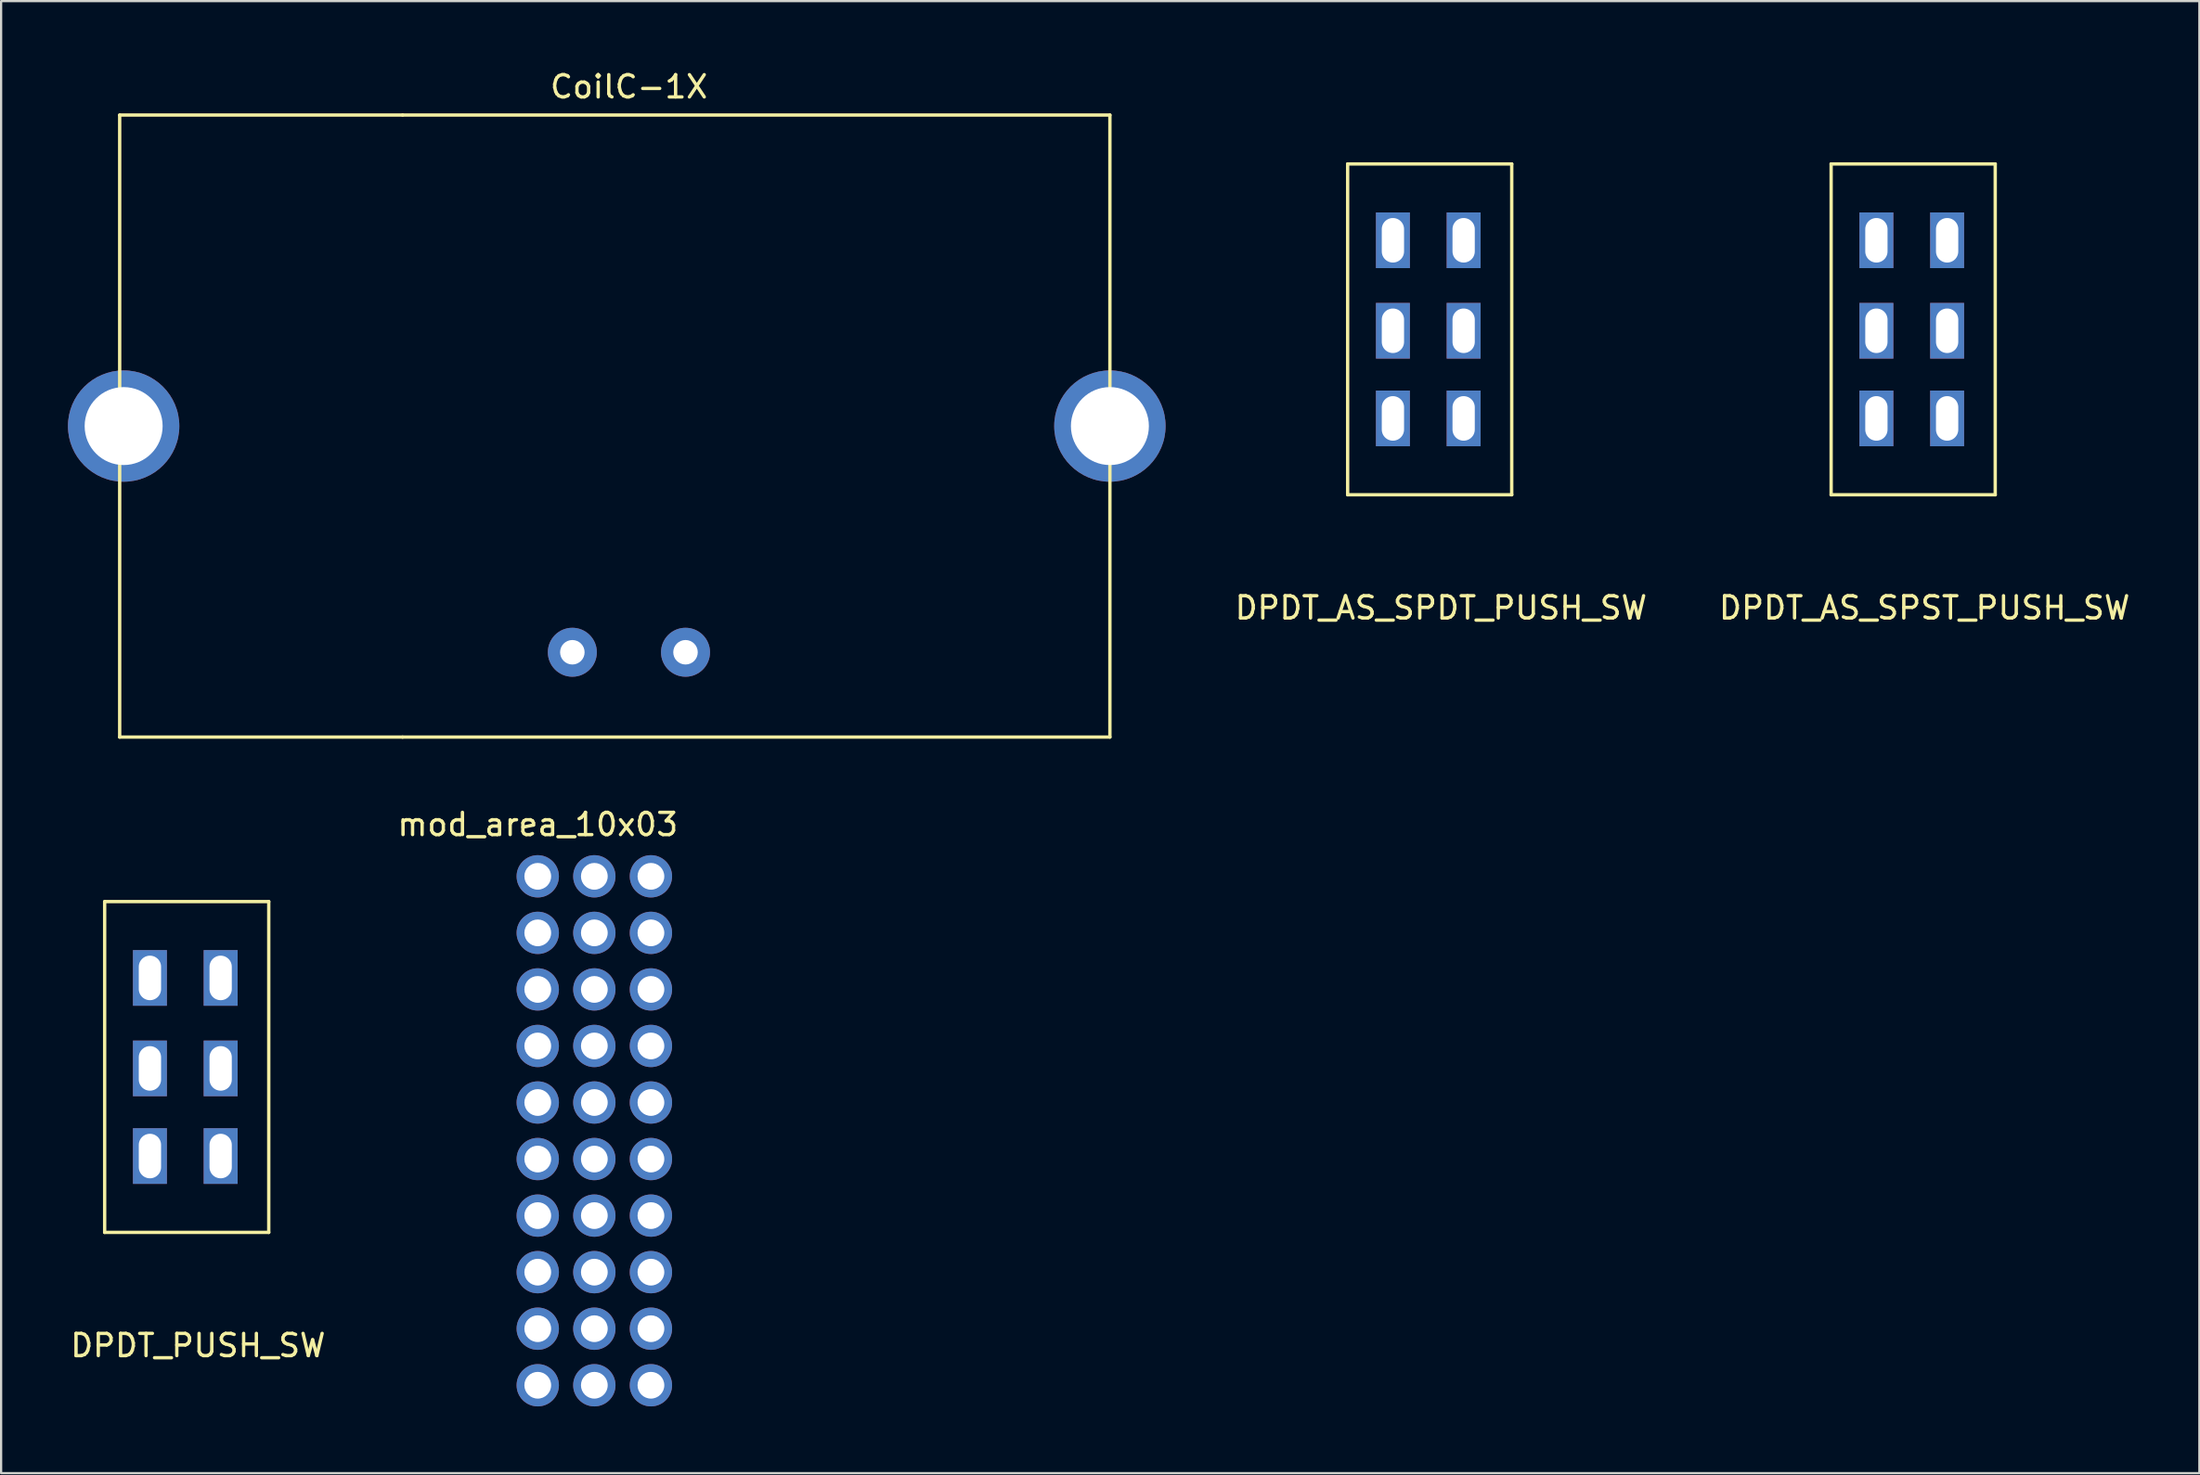
<source format=kicad_pcb>
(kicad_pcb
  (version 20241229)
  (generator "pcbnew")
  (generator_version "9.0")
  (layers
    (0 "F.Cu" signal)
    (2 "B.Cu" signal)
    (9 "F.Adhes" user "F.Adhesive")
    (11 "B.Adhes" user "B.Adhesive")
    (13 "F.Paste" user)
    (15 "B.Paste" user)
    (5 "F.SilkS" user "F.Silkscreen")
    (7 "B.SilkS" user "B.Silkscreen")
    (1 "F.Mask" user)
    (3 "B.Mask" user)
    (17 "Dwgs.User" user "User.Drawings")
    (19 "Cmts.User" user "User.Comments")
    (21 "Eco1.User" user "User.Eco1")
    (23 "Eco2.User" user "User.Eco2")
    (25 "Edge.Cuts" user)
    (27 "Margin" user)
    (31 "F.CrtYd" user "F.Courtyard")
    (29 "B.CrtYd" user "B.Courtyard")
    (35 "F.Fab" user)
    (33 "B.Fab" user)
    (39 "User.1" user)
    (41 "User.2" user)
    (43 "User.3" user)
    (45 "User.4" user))
  (footprint "mod_area_10x03"
    (layer "F.Cu")
    (at 21.089 36.312)
    (property "Reference" "mod_area_10x03" (at 0 -2.33 0) (layer "F.SilkS") (effects (font (size 1 1) (thickness 0.15))))
    (attr through_hole)
    (pad "1" thru_hole circle (at 0 0) (size 1.9 1.9) (drill 1.2) (layers "*.Cu" "*.Mask"))
    (pad "1" thru_hole circle (at 0 2.54) (size 1.9 1.9) (drill 1.2) (layers "*.Cu" "*.Mask"))
    (pad "1" thru_hole circle (at 0 5.08) (size 1.9 1.9) (drill 1.2) (layers "*.Cu" "*.Mask"))
    (pad "1" thru_hole circle (at 0 7.62) (size 1.9 1.9) (drill 1.2) (layers "*.Cu" "*.Mask"))
    (pad "1" thru_hole circle (at 0 10.16) (size 1.9 1.9) (drill 1.2) (layers "*.Cu" "*.Mask"))
    (pad "1" thru_hole circle (at 0 12.7) (size 1.9 1.9) (drill 1.2) (layers "*.Cu" "*.Mask"))
    (pad "1" thru_hole circle (at 0 15.24) (size 1.9 1.9) (drill 1.2) (layers "*.Cu" "*.Mask"))
    (pad "1" thru_hole circle (at 0 17.78) (size 1.9 1.9) (drill 1.2) (layers "*.Cu" "*.Mask"))
    (pad "1" thru_hole circle (at 0 20.32) (size 1.9 1.9) (drill 1.2) (layers "*.Cu" "*.Mask"))
    (pad "1" thru_hole circle (at 0 22.86) (size 1.9 1.9) (drill 1.2) (layers "*.Cu" "*.Mask"))
    (pad "1" thru_hole circle (at 2.54 0) (size 1.9 1.9) (drill 1.2) (layers "*.Cu" "*.Mask"))
    (pad "1" thru_hole circle (at 2.54 2.54) (size 1.9 1.9) (drill 1.2) (layers "*.Cu" "*.Mask"))
    (pad "1" thru_hole circle (at 2.54 5.08) (size 1.9 1.9) (drill 1.2) (layers "*.Cu" "*.Mask"))
    (pad "1" thru_hole circle (at 2.54 7.62) (size 1.9 1.9) (drill 1.2) (layers "*.Cu" "*.Mask"))
    (pad "1" thru_hole circle (at 2.54 10.16) (size 1.9 1.9) (drill 1.2) (layers "*.Cu" "*.Mask"))
    (pad "1" thru_hole circle (at 2.54 12.7) (size 1.9 1.9) (drill 1.2) (layers "*.Cu" "*.Mask"))
    (pad "1" thru_hole circle (at 2.54 15.24) (size 1.9 1.9) (drill 1.2) (layers "*.Cu" "*.Mask"))
    (pad "1" thru_hole circle (at 2.54 17.78) (size 1.9 1.9) (drill 1.2) (layers "*.Cu" "*.Mask"))
    (pad "1" thru_hole circle (at 2.54 20.32) (size 1.9 1.9) (drill 1.2) (layers "*.Cu" "*.Mask"))
    (pad "1" thru_hole circle (at 2.54 22.86) (size 1.9 1.9) (drill 1.2) (layers "*.Cu" "*.Mask"))
    (pad "1" thru_hole circle (at 5.08 0) (size 1.9 1.9) (drill 1.2) (layers "*.Cu" "*.Mask"))
    (pad "1" thru_hole circle (at 5.08 2.54) (size 1.9 1.9) (drill 1.2) (layers "*.Cu" "*.Mask"))
    (pad "1" thru_hole circle (at 5.08 5.08) (size 1.9 1.9) (drill 1.2) (layers "*.Cu" "*.Mask"))
    (pad "1" thru_hole circle (at 5.08 7.62) (size 1.9 1.9) (drill 1.2) (layers "*.Cu" "*.Mask"))
    (pad "1" thru_hole circle (at 5.08 10.16) (size 1.9 1.9) (drill 1.2) (layers "*.Cu" "*.Mask"))
    (pad "1" thru_hole circle (at 5.08 12.7) (size 1.9 1.9) (drill 1.2) (layers "*.Cu" "*.Mask"))
    (pad "1" thru_hole circle (at 5.08 15.24) (size 1.9 1.9) (drill 1.2) (layers "*.Cu" "*.Mask"))
    (pad "1" thru_hole circle (at 5.08 17.78) (size 1.9 1.9) (drill 1.2) (layers "*.Cu" "*.Mask"))
    (pad "1" thru_hole circle (at 5.08 20.32) (size 1.9 1.9) (drill 1.2) (layers "*.Cu" "*.Mask"))
    (pad "1" thru_hole circle (at 5.08 22.86) (size 1.9 1.9) (drill 1.2) (layers "*.Cu" "*.Mask")))
  (footprint "DPDT_PUSH_SW"
    (layer "F.Cu")
    (at 1.648 33.383)
    (property "Reference" "DPDT_PUSH_SW" (at 4.191 24.003 0) (layer "F.SilkS") (effects (font (size 1 1) (thickness 0.15))))
    (attr through_hole)
    (fp_line (start 0 4.064) (end 0 18.923) (stroke (width 0.15) (type solid)) (layer "F.SilkS"))
    (fp_line (start 0 18.923) (end 7.366 18.923) (stroke (width 0.15) (type solid)) (layer "F.SilkS"))
    (fp_line (start 7.366 4.064) (end 0 4.064) (stroke (width 0.15) (type solid)) (layer "F.SilkS"))
    (fp_line (start 7.366 18.923) (end 7.366 4.064) (stroke (width 0.15) (type solid)) (layer "F.SilkS"))
    (fp_line (start 0 0) (end 0 22.987) (stroke (width 0.15) (type solid)) (layer "Eco1.User"))
    (fp_line (start 0 22.987) (end 7.366 22.987) (stroke (width 0.15) (type solid)) (layer "Eco1.User"))
    (fp_line (start 1.651 7.112) (end 5.715 7.112) (stroke (width 0.15) (type solid)) (layer "Eco1.User"))
    (fp_line (start 1.651 15.875) (end 1.651 7.112) (stroke (width 0.15) (type solid)) (layer "Eco1.User"))
    (fp_line (start 5.715 7.112) (end 5.715 15.875) (stroke (width 0.15) (type solid)) (layer "Eco1.User"))
    (fp_line (start 5.715 15.875) (end 1.651 15.875) (stroke (width 0.15) (type solid)) (layer "Eco1.User"))
    (fp_line (start 7.366 0) (end 0 0) (stroke (width 0.15) (type solid)) (layer "Eco1.User"))
    (fp_line (start 7.366 22.987) (end 7.366 0) (stroke (width 0.15) (type solid)) (layer "Eco1.User"))
    (fp_circle (center 3.683 2.032) (end 4.535 2.032) (stroke (width 0.15) (type solid)) (fill no) (layer "Eco1.User"))
    (fp_circle (center 3.683 21.082) (end 4.535 21.082) (stroke (width 0.15) (type solid)) (fill no) (layer "Eco1.User"))
    (pad "1" thru_hole rect (at 2.032 7.493) (size 1.524 2.5) (drill oval 1 2) (layers "*.Cu" "*.Mask"))
    (pad "2" thru_hole rect (at 2.032 11.557) (size 1.524 2.5) (drill oval 1 2) (layers "*.Cu" "*.Mask"))
    (pad "3" thru_hole rect (at 2.032 15.494) (size 1.524 2.5) (drill oval 1 2) (layers "*.Cu" "*.Mask"))
    (pad "4" thru_hole rect (at 5.207 7.493) (size 1.524 2.5) (drill oval 1 2) (layers "*.Cu" "*.Mask"))
    (pad "5" thru_hole rect (at 5.207 11.557) (size 1.524 2.5) (drill oval 1 2) (layers "*.Cu" "*.Mask"))
    (pad "6" thru_hole rect (at 5.207 15.494) (size 1.524 2.5) (drill oval 1 2) (layers "*.Cu" "*.Mask")))
  (footprint "CoilC-1X"
    (layer "F.Cu")
    (at 2.322 8.468)
    (property "Reference" "CoilC-1X" (at 22.86 -7.62 0) (layer "F.SilkS") (effects (font (size 1 1) (thickness 0.15))))
    (attr through_hole)
    (fp_line (start 0 -6.35) (end 12.7 -6.35) (stroke (width 0.15) (type solid)) (layer "F.SilkS"))
    (fp_line (start 0 8.89) (end 0 -6.35) (stroke (width 0.15) (type solid)) (layer "F.SilkS"))
    (fp_line (start 0 8.89) (end 0 21.59) (stroke (width 0.15) (type solid)) (layer "F.SilkS"))
    (fp_line (start 12.7 -6.35) (end 44.45 -6.35) (stroke (width 0.15) (type solid)) (layer "F.SilkS"))
    (fp_line (start 12.7 21.59) (end 0 21.59) (stroke (width 0.15) (type solid)) (layer "F.SilkS"))
    (fp_line (start 44.45 -6.35) (end 44.45 8.89) (stroke (width 0.15) (type solid)) (layer "F.SilkS"))
    (fp_line (start 44.45 8.89) (end 44.45 21.59) (stroke (width 0.15) (type solid)) (layer "F.SilkS"))
    (fp_line (start 44.45 21.59) (end 12.7 21.59) (stroke (width 0.15) (type solid)) (layer "F.SilkS"))
    (pad "" thru_hole circle (at 0.178 7.62) (size 5 5) (drill 3.5) (layers "*.Cu" "*.Mask"))
    (pad "" thru_hole circle (at 44.45 7.62) (size 5 5) (drill 3.5) (layers "*.Cu" "*.Mask"))
    (pad "1" thru_hole circle (at 20.32 17.78) (size 2.2 2.2) (drill 1.1) (layers "*.Cu" "*.Mask"))
    (pad "2" thru_hole circle (at 25.4 17.78) (size 2.2 2.2) (drill 1.1) (layers "*.Cu" "*.Mask")))
  (footprint "DPDT_AS_SPST_PUSH_SW"
    (layer "F.Cu")
    (at 79.147 0.25)
    (property "Reference" "DPDT_AS_SPST_PUSH_SW" (at 4.191 24.003 0) (layer "F.SilkS") (effects (font (size 1 1) (thickness 0.15))))
    (attr through_hole)
    (fp_line (start 0 4.064) (end 0 18.923) (stroke (width 0.15) (type solid)) (layer "F.SilkS"))
    (fp_line (start 0 18.923) (end 7.366 18.923) (stroke (width 0.15) (type solid)) (layer "F.SilkS"))
    (fp_line (start 7.366 4.064) (end 0 4.064) (stroke (width 0.15) (type solid)) (layer "F.SilkS"))
    (fp_line (start 7.366 18.923) (end 7.366 4.064) (stroke (width 0.15) (type solid)) (layer "F.SilkS"))
    (fp_line (start 0 0) (end 0 22.987) (stroke (width 0.15) (type solid)) (layer "Eco1.User"))
    (fp_line (start 0 22.987) (end 7.366 22.987) (stroke (width 0.15) (type solid)) (layer "Eco1.User"))
    (fp_line (start 1.651 7.112) (end 5.715 7.112) (stroke (width 0.15) (type solid)) (layer "Eco1.User"))
    (fp_line (start 1.651 15.875) (end 1.651 7.112) (stroke (width 0.15) (type solid)) (layer "Eco1.User"))
    (fp_line (start 5.715 7.112) (end 5.715 15.875) (stroke (width 0.15) (type solid)) (layer "Eco1.User"))
    (fp_line (start 5.715 15.875) (end 1.651 15.875) (stroke (width 0.15) (type solid)) (layer "Eco1.User"))
    (fp_line (start 7.366 0) (end 0 0) (stroke (width 0.15) (type solid)) (layer "Eco1.User"))
    (fp_line (start 7.366 22.987) (end 7.366 0) (stroke (width 0.15) (type solid)) (layer "Eco1.User"))
    (fp_circle (center 3.683 2.032) (end 4.535 2.032) (stroke (width 0.15) (type solid)) (fill no) (layer "Eco1.User"))
    (fp_circle (center 3.683 21.082) (end 4.535 21.082) (stroke (width 0.15) (type solid)) (fill no) (layer "Eco1.User"))
    (pad "" thru_hole rect (at 2.032 15.494) (size 1.524 2.5) (drill oval 1 2) (layers "*.Cu" "*.Mask"))
    (pad "" thru_hole rect (at 5.207 7.493) (size 1.524 2.5) (drill oval 1 2) (layers "*.Cu" "*.Mask"))
    (pad "" thru_hole rect (at 5.207 11.557) (size 1.524 2.5) (drill oval 1 2) (layers "*.Cu" "*.Mask"))
    (pad "" thru_hole rect (at 5.207 15.494) (size 1.524 2.5) (drill oval 1 2) (layers "*.Cu" "*.Mask"))
    (pad "1" thru_hole rect (at 2.032 7.493) (size 1.524 2.5) (drill oval 1 2) (layers "*.Cu" "*.Mask"))
    (pad "2" thru_hole rect (at 2.032 11.557) (size 1.524 2.5) (drill oval 1 2) (layers "*.Cu" "*.Mask")))
  (footprint "DPDT_AS_SPDT_PUSH_SW"
    (layer "F.Cu")
    (at 57.444 0.25)
    (property "Reference" "DPDT_AS_SPDT_PUSH_SW" (at 4.191 24.003 0) (layer "F.SilkS") (effects (font (size 1 1) (thickness 0.15))))
    (attr through_hole)
    (fp_line (start 0 4.064) (end 0 18.923) (stroke (width 0.15) (type solid)) (layer "F.SilkS"))
    (fp_line (start 0 18.923) (end 7.366 18.923) (stroke (width 0.15) (type solid)) (layer "F.SilkS"))
    (fp_line (start 7.366 4.064) (end 0 4.064) (stroke (width 0.15) (type solid)) (layer "F.SilkS"))
    (fp_line (start 7.366 18.923) (end 7.366 4.064) (stroke (width 0.15) (type solid)) (layer "F.SilkS"))
    (fp_line (start 0 0) (end 0 22.987) (stroke (width 0.15) (type solid)) (layer "Eco1.User"))
    (fp_line (start 0 22.987) (end 7.366 22.987) (stroke (width 0.15) (type solid)) (layer "Eco1.User"))
    (fp_line (start 1.651 7.112) (end 5.715 7.112) (stroke (width 0.15) (type solid)) (layer "Eco1.User"))
    (fp_line (start 1.651 15.875) (end 1.651 7.112) (stroke (width 0.15) (type solid)) (layer "Eco1.User"))
    (fp_line (start 5.715 7.112) (end 5.715 15.875) (stroke (width 0.15) (type solid)) (layer "Eco1.User"))
    (fp_line (start 5.715 15.875) (end 1.651 15.875) (stroke (width 0.15) (type solid)) (layer "Eco1.User"))
    (fp_line (start 7.366 0) (end 0 0) (stroke (width 0.15) (type solid)) (layer "Eco1.User"))
    (fp_line (start 7.366 22.987) (end 7.366 0) (stroke (width 0.15) (type solid)) (layer "Eco1.User"))
    (fp_circle (center 3.683 2.032) (end 4.535 2.032) (stroke (width 0.15) (type solid)) (fill no) (layer "Eco1.User"))
    (fp_circle (center 3.683 21.082) (end 4.535 21.082) (stroke (width 0.15) (type solid)) (fill no) (layer "Eco1.User"))
    (pad "" thru_hole rect (at 5.207 7.493) (size 1.524 2.5) (drill oval 1 2) (layers "*.Cu" "*.Mask"))
    (pad "" thru_hole rect (at 5.207 11.557) (size 1.524 2.5) (drill oval 1 2) (layers "*.Cu" "*.Mask"))
    (pad "" thru_hole rect (at 5.207 15.494) (size 1.524 2.5) (drill oval 1 2) (layers "*.Cu" "*.Mask"))
    (pad "1" thru_hole rect (at 2.032 7.493) (size 1.524 2.5) (drill oval 1 2) (layers "*.Cu" "*.Mask"))
    (pad "2" thru_hole rect (at 2.032 11.557) (size 1.524 2.5) (drill oval 1 2) (layers "*.Cu" "*.Mask"))
    (pad "3" thru_hole rect (at 2.032 15.494) (size 1.524 2.5) (drill oval 1 2) (layers "*.Cu" "*.Mask")))
  (gr_rect
    (start -3 -3)
    (end 95.677 63.121)
    (stroke (width 0.1) (type default))
    (fill no)
    (layer "Edge.Cuts")))
</source>
